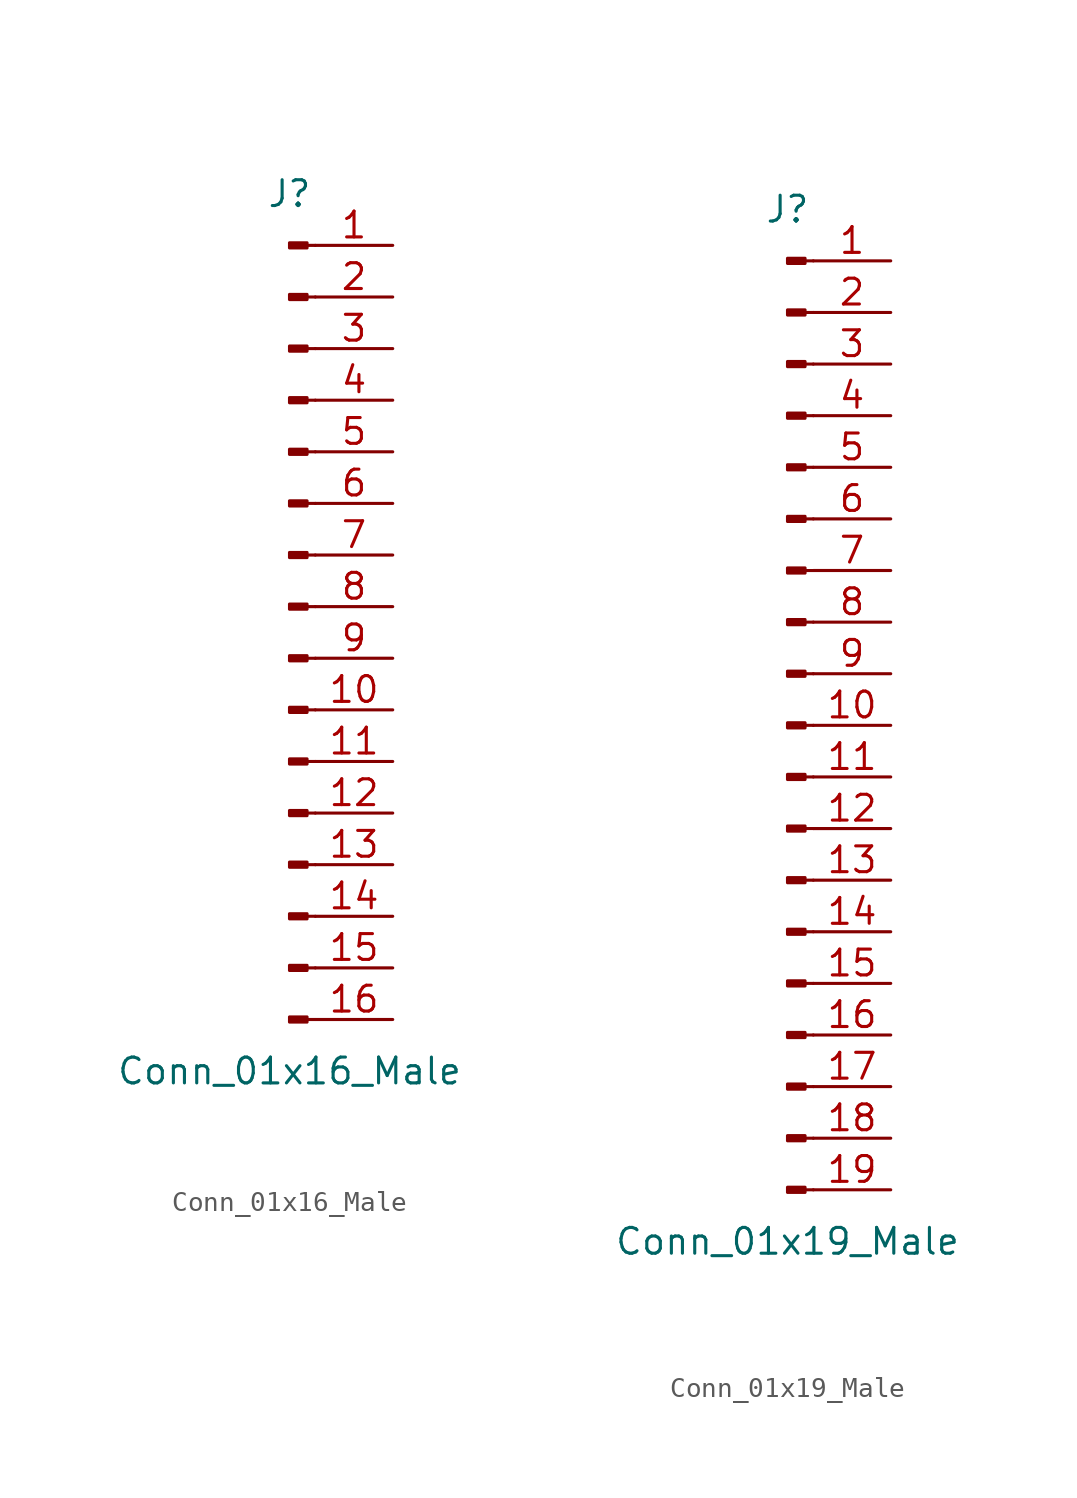
<source format=kicad_sym>
(kicad_symbol_lib
  (version 20201005)
  (generator kicad_symbol_editor)
  (symbol "Connector:Conn_01x16_Male"
    (pin_names
      (offset 1.016) hide)
    (property "Reference" "J"
      (at 0 20.32 0)
      (effects (font (size 1.27 1.27))))
    (property "Value" "Conn_01x16_Male"
      (at 0 -22.86 0)
      (effects (font (size 1.27 1.27))))
    (symbol "Conn_01x16_Male_1_1"
      (rectangle (start 0.864 -20.193) (end 0 -20.447) (stroke (width 0.152)) (fill (type outline)))
      (rectangle (start 0.864 -17.653) (end 0 -17.907) (stroke (width 0.152)) (fill (type outline)))
      (rectangle (start 0.864 -15.113) (end 0 -15.367) (stroke (width 0.152)) (fill (type outline)))
      (rectangle (start 0.864 -12.573) (end 0 -12.827) (stroke (width 0.152)) (fill (type outline)))
      (rectangle (start 0.864 -10.033) (end 0 -10.287) (stroke (width 0.152)) (fill (type outline)))
      (rectangle (start 0.864 -7.493) (end 0 -7.747) (stroke (width 0.152)) (fill (type outline)))
      (rectangle (start 0.864 -4.953) (end 0 -5.207) (stroke (width 0.152)) (fill (type outline)))
      (rectangle (start 0.864 -2.413) (end 0 -2.667) (stroke (width 0.152)) (fill (type outline)))
      (rectangle (start 0.864 0.127) (end 0 -0.127) (stroke (width 0.152)) (fill (type outline)))
      (rectangle (start 0.864 2.667) (end 0 2.413) (stroke (width 0.152)) (fill (type outline)))
      (rectangle (start 0.864 5.207) (end 0 4.953) (stroke (width 0.152)) (fill (type outline)))
      (rectangle (start 0.864 7.747) (end 0 7.493) (stroke (width 0.152)) (fill (type outline)))
      (rectangle (start 0.864 10.287) (end 0 10.033) (stroke (width 0.152)) (fill (type outline)))
      (rectangle (start 0.864 12.827) (end 0 12.573) (stroke (width 0.152)) (fill (type outline)))
      (rectangle (start 0.864 15.367) (end 0 15.113) (stroke (width 0.152)) (fill (type outline)))
      (rectangle (start 0.864 17.907) (end 0 17.653) (stroke (width 0.152)) (fill (type outline)))
      (polyline (pts (xy 1.27 -20.32) (xy 0.864 -20.32)) (stroke (width 0.152)) (fill (type none)))
      (polyline (pts (xy 1.27 -17.78) (xy 0.864 -17.78)) (stroke (width 0.152)) (fill (type none)))
      (polyline (pts (xy 1.27 -15.24) (xy 0.864 -15.24)) (stroke (width 0.152)) (fill (type none)))
      (polyline (pts (xy 1.27 -12.7) (xy 0.864 -12.7)) (stroke (width 0.152)) (fill (type none)))
      (polyline (pts (xy 1.27 -10.16) (xy 0.864 -10.16)) (stroke (width 0.152)) (fill (type none)))
      (polyline (pts (xy 1.27 -7.62) (xy 0.864 -7.62)) (stroke (width 0.152)) (fill (type none)))
      (polyline (pts (xy 1.27 -5.08) (xy 0.864 -5.08)) (stroke (width 0.152)) (fill (type none)))
      (polyline (pts (xy 1.27 -2.54) (xy 0.864 -2.54)) (stroke (width 0.152)) (fill (type none)))
      (polyline (pts (xy 1.27 0) (xy 0.864 0)) (stroke (width 0.152)) (fill (type none)))
      (polyline (pts (xy 1.27 2.54) (xy 0.864 2.54)) (stroke (width 0.152)) (fill (type none)))
      (polyline (pts (xy 1.27 5.08) (xy 0.864 5.08)) (stroke (width 0.152)) (fill (type none)))
      (polyline (pts (xy 1.27 7.62) (xy 0.864 7.62)) (stroke (width 0.152)) (fill (type none)))
      (polyline (pts (xy 1.27 10.16) (xy 0.864 10.16)) (stroke (width 0.152)) (fill (type none)))
      (polyline (pts (xy 1.27 12.7) (xy 0.864 12.7)) (stroke (width 0.152)) (fill (type none)))
      (polyline (pts (xy 1.27 15.24) (xy 0.864 15.24)) (stroke (width 0.152)) (fill (type none)))
      (polyline (pts (xy 1.27 17.78) (xy 0.864 17.78)) (stroke (width 0.152)) (fill (type none)))
      (pin passive line (at 5.08 17.78 180) (length 3.81) (name "Pin_1" (effects (font (size 1.27 1.27)))) (number "1" (effects (font (size 1.27 1.27)))))
      (pin passive line (at 5.08 -5.08 180) (length 3.81) (name "Pin_10" (effects (font (size 1.27 1.27)))) (number "10" (effects (font (size 1.27 1.27)))))
      (pin passive line (at 5.08 -7.62 180) (length 3.81) (name "Pin_11" (effects (font (size 1.27 1.27)))) (number "11" (effects (font (size 1.27 1.27)))))
      (pin passive line (at 5.08 -10.16 180) (length 3.81) (name "Pin_12" (effects (font (size 1.27 1.27)))) (number "12" (effects (font (size 1.27 1.27)))))
      (pin passive line (at 5.08 -12.7 180) (length 3.81) (name "Pin_13" (effects (font (size 1.27 1.27)))) (number "13" (effects (font (size 1.27 1.27)))))
      (pin passive line (at 5.08 -15.24 180) (length 3.81) (name "Pin_14" (effects (font (size 1.27 1.27)))) (number "14" (effects (font (size 1.27 1.27)))))
      (pin passive line (at 5.08 -17.78 180) (length 3.81) (name "Pin_15" (effects (font (size 1.27 1.27)))) (number "15" (effects (font (size 1.27 1.27)))))
      (pin passive line (at 5.08 -20.32 180) (length 3.81) (name "Pin_16" (effects (font (size 1.27 1.27)))) (number "16" (effects (font (size 1.27 1.27)))))
      (pin passive line (at 5.08 15.24 180) (length 3.81) (name "Pin_2" (effects (font (size 1.27 1.27)))) (number "2" (effects (font (size 1.27 1.27)))))
      (pin passive line (at 5.08 12.7 180) (length 3.81) (name "Pin_3" (effects (font (size 1.27 1.27)))) (number "3" (effects (font (size 1.27 1.27)))))
      (pin passive line (at 5.08 10.16 180) (length 3.81) (name "Pin_4" (effects (font (size 1.27 1.27)))) (number "4" (effects (font (size 1.27 1.27)))))
      (pin passive line (at 5.08 7.62 180) (length 3.81) (name "Pin_5" (effects (font (size 1.27 1.27)))) (number "5" (effects (font (size 1.27 1.27)))))
      (pin passive line (at 5.08 5.08 180) (length 3.81) (name "Pin_6" (effects (font (size 1.27 1.27)))) (number "6" (effects (font (size 1.27 1.27)))))
      (pin passive line (at 5.08 2.54 180) (length 3.81) (name "Pin_7" (effects (font (size 1.27 1.27)))) (number "7" (effects (font (size 1.27 1.27)))))
      (pin passive line (at 5.08 0 180) (length 3.81) (name "Pin_8" (effects (font (size 1.27 1.27)))) (number "8" (effects (font (size 1.27 1.27)))))
      (pin passive line (at 5.08 -2.54 180) (length 3.81) (name "Pin_9" (effects (font (size 1.27 1.27)))) (number "9" (effects (font (size 1.27 1.27)))))))
  (symbol "Connector:Conn_01x19_Male"
    (pin_names
      (offset 1.016) hide)
    (property "Reference" "J"
      (at 0 25.4 0)
      (effects (font (size 1.27 1.27))))
    (property "Value" "Conn_01x19_Male"
      (at 0 -25.4 0)
      (effects (font (size 1.27 1.27))))
    (symbol "Conn_01x19_Male_1_1"
      (rectangle (start 0.864 -22.733) (end 0 -22.987) (stroke (width 0.152)) (fill (type outline)))
      (rectangle (start 0.864 -20.193) (end 0 -20.447) (stroke (width 0.152)) (fill (type outline)))
      (rectangle (start 0.864 -17.653) (end 0 -17.907) (stroke (width 0.152)) (fill (type outline)))
      (rectangle (start 0.864 -15.113) (end 0 -15.367) (stroke (width 0.152)) (fill (type outline)))
      (rectangle (start 0.864 -12.573) (end 0 -12.827) (stroke (width 0.152)) (fill (type outline)))
      (rectangle (start 0.864 -10.033) (end 0 -10.287) (stroke (width 0.152)) (fill (type outline)))
      (rectangle (start 0.864 -7.493) (end 0 -7.747) (stroke (width 0.152)) (fill (type outline)))
      (rectangle (start 0.864 -4.953) (end 0 -5.207) (stroke (width 0.152)) (fill (type outline)))
      (rectangle (start 0.864 -2.413) (end 0 -2.667) (stroke (width 0.152)) (fill (type outline)))
      (rectangle (start 0.864 0.127) (end 0 -0.127) (stroke (width 0.152)) (fill (type outline)))
      (rectangle (start 0.864 2.667) (end 0 2.413) (stroke (width 0.152)) (fill (type outline)))
      (rectangle (start 0.864 5.207) (end 0 4.953) (stroke (width 0.152)) (fill (type outline)))
      (rectangle (start 0.864 7.747) (end 0 7.493) (stroke (width 0.152)) (fill (type outline)))
      (rectangle (start 0.864 10.287) (end 0 10.033) (stroke (width 0.152)) (fill (type outline)))
      (rectangle (start 0.864 12.827) (end 0 12.573) (stroke (width 0.152)) (fill (type outline)))
      (rectangle (start 0.864 15.367) (end 0 15.113) (stroke (width 0.152)) (fill (type outline)))
      (rectangle (start 0.864 17.907) (end 0 17.653) (stroke (width 0.152)) (fill (type outline)))
      (rectangle (start 0.864 20.447) (end 0 20.193) (stroke (width 0.152)) (fill (type outline)))
      (rectangle (start 0.864 22.987) (end 0 22.733) (stroke (width 0.152)) (fill (type outline)))
      (polyline (pts (xy 1.27 -22.86) (xy 0.864 -22.86)) (stroke (width 0.152)) (fill (type none)))
      (polyline (pts (xy 1.27 -20.32) (xy 0.864 -20.32)) (stroke (width 0.152)) (fill (type none)))
      (polyline (pts (xy 1.27 -17.78) (xy 0.864 -17.78)) (stroke (width 0.152)) (fill (type none)))
      (polyline (pts (xy 1.27 -15.24) (xy 0.864 -15.24)) (stroke (width 0.152)) (fill (type none)))
      (polyline (pts (xy 1.27 -12.7) (xy 0.864 -12.7)) (stroke (width 0.152)) (fill (type none)))
      (polyline (pts (xy 1.27 -10.16) (xy 0.864 -10.16)) (stroke (width 0.152)) (fill (type none)))
      (polyline (pts (xy 1.27 -7.62) (xy 0.864 -7.62)) (stroke (width 0.152)) (fill (type none)))
      (polyline (pts (xy 1.27 -5.08) (xy 0.864 -5.08)) (stroke (width 0.152)) (fill (type none)))
      (polyline (pts (xy 1.27 -2.54) (xy 0.864 -2.54)) (stroke (width 0.152)) (fill (type none)))
      (polyline (pts (xy 1.27 0) (xy 0.864 0)) (stroke (width 0.152)) (fill (type none)))
      (polyline (pts (xy 1.27 2.54) (xy 0.864 2.54)) (stroke (width 0.152)) (fill (type none)))
      (polyline (pts (xy 1.27 5.08) (xy 0.864 5.08)) (stroke (width 0.152)) (fill (type none)))
      (polyline (pts (xy 1.27 7.62) (xy 0.864 7.62)) (stroke (width 0.152)) (fill (type none)))
      (polyline (pts (xy 1.27 10.16) (xy 0.864 10.16)) (stroke (width 0.152)) (fill (type none)))
      (polyline (pts (xy 1.27 12.7) (xy 0.864 12.7)) (stroke (width 0.152)) (fill (type none)))
      (polyline (pts (xy 1.27 15.24) (xy 0.864 15.24)) (stroke (width 0.152)) (fill (type none)))
      (polyline (pts (xy 1.27 17.78) (xy 0.864 17.78)) (stroke (width 0.152)) (fill (type none)))
      (polyline (pts (xy 1.27 20.32) (xy 0.864 20.32)) (stroke (width 0.152)) (fill (type none)))
      (polyline (pts (xy 1.27 22.86) (xy 0.864 22.86)) (stroke (width 0.152)) (fill (type none)))
      (pin passive line (at 5.08 22.86 180) (length 3.81) (name "Pin_1" (effects (font (size 1.27 1.27)))) (number "1" (effects (font (size 1.27 1.27)))))
      (pin passive line (at 5.08 0 180) (length 3.81) (name "Pin_10" (effects (font (size 1.27 1.27)))) (number "10" (effects (font (size 1.27 1.27)))))
      (pin passive line (at 5.08 -2.54 180) (length 3.81) (name "Pin_11" (effects (font (size 1.27 1.27)))) (number "11" (effects (font (size 1.27 1.27)))))
      (pin passive line (at 5.08 -5.08 180) (length 3.81) (name "Pin_12" (effects (font (size 1.27 1.27)))) (number "12" (effects (font (size 1.27 1.27)))))
      (pin passive line (at 5.08 -7.62 180) (length 3.81) (name "Pin_13" (effects (font (size 1.27 1.27)))) (number "13" (effects (font (size 1.27 1.27)))))
      (pin passive line (at 5.08 -10.16 180) (length 3.81) (name "Pin_14" (effects (font (size 1.27 1.27)))) (number "14" (effects (font (size 1.27 1.27)))))
      (pin passive line (at 5.08 -12.7 180) (length 3.81) (name "Pin_15" (effects (font (size 1.27 1.27)))) (number "15" (effects (font (size 1.27 1.27)))))
      (pin passive line (at 5.08 -15.24 180) (length 3.81) (name "Pin_16" (effects (font (size 1.27 1.27)))) (number "16" (effects (font (size 1.27 1.27)))))
      (pin passive line (at 5.08 -17.78 180) (length 3.81) (name "Pin_17" (effects (font (size 1.27 1.27)))) (number "17" (effects (font (size 1.27 1.27)))))
      (pin passive line (at 5.08 -20.32 180) (length 3.81) (name "Pin_18" (effects (font (size 1.27 1.27)))) (number "18" (effects (font (size 1.27 1.27)))))
      (pin passive line (at 5.08 -22.86 180) (length 3.81) (name "Pin_19" (effects (font (size 1.27 1.27)))) (number "19" (effects (font (size 1.27 1.27)))))
      (pin passive line (at 5.08 20.32 180) (length 3.81) (name "Pin_2" (effects (font (size 1.27 1.27)))) (number "2" (effects (font (size 1.27 1.27)))))
      (pin passive line (at 5.08 17.78 180) (length 3.81) (name "Pin_3" (effects (font (size 1.27 1.27)))) (number "3" (effects (font (size 1.27 1.27)))))
      (pin passive line (at 5.08 15.24 180) (length 3.81) (name "Pin_4" (effects (font (size 1.27 1.27)))) (number "4" (effects (font (size 1.27 1.27)))))
      (pin passive line (at 5.08 12.7 180) (length 3.81) (name "Pin_5" (effects (font (size 1.27 1.27)))) (number "5" (effects (font (size 1.27 1.27)))))
      (pin passive line (at 5.08 10.16 180) (length 3.81) (name "Pin_6" (effects (font (size 1.27 1.27)))) (number "6" (effects (font (size 1.27 1.27)))))
      (pin passive line (at 5.08 7.62 180) (length 3.81) (name "Pin_7" (effects (font (size 1.27 1.27)))) (number "7" (effects (font (size 1.27 1.27)))))
      (pin passive line (at 5.08 5.08 180) (length 3.81) (name "Pin_8" (effects (font (size 1.27 1.27)))) (number "8" (effects (font (size 1.27 1.27)))))
      (pin passive line (at 5.08 2.54 180) (length 3.81) (name "Pin_9" (effects (font (size 1.27 1.27)))) (number "9" (effects (font (size 1.27 1.27))))))))
</source>
